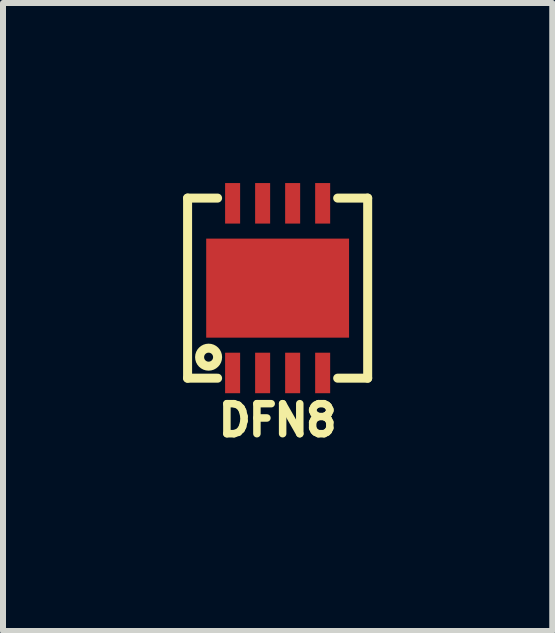
<source format=kicad_pcb>
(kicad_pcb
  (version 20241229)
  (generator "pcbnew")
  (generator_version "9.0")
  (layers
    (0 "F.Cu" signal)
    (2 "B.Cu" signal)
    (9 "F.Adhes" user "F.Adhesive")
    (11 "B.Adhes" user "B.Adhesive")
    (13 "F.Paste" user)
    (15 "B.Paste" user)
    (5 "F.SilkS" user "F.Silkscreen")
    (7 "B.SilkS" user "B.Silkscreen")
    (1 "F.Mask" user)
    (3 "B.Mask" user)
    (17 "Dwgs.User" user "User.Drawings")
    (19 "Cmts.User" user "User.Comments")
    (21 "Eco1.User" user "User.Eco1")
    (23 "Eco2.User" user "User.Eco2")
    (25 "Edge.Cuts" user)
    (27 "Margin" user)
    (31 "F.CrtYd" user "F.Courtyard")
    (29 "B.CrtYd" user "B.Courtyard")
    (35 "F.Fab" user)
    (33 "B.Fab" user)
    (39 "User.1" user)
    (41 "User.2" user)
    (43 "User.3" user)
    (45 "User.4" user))
  (footprint "DFN8"
    (placed yes)
    (layer "F.Cu")
    (at 1.575 1.75)
    (property "Reference" "DFN8" (at 0 2.2 0) (layer "F.SilkS") (effects (font (size 0.5 0.5) (thickness 0.125))))
    (attr through_hole)
    (fp_line (start -1.5 -1.5) (end -1 -1.5) (stroke (width 0.15) (type solid)) (layer "F.SilkS"))
    (fp_line (start -1.5 1.5) (end -1.5 -1.5) (stroke (width 0.15) (type solid)) (layer "F.SilkS"))
    (fp_line (start -1 1.5) (end -1.5 1.5) (stroke (width 0.15) (type solid)) (layer "F.SilkS"))
    (fp_line (start 1 -1.5) (end 1.5 -1.5) (stroke (width 0.15) (type solid)) (layer "F.SilkS"))
    (fp_line (start 1.5 -1.5) (end 1.5 1.5) (stroke (width 0.15) (type solid)) (layer "F.SilkS"))
    (fp_line (start 1.5 1.5) (end 1 1.5) (stroke (width 0.15) (type solid)) (layer "F.SilkS"))
    (fp_circle (center -1.15 1.15) (end -1 1.15) (stroke (width 0.15) (type solid)) (fill no) (layer "F.SilkS"))
    (pad "1" smd rect (at -0.75 1.413) (size 0.25 0.675) (layers "F.Cu" "F.Mask" "F.Paste"))
    (pad "2" smd rect (at -0.25 1.413) (size 0.25 0.675) (layers "F.Cu" "F.Mask" "F.Paste"))
    (pad "3" smd rect (at 0 0) (size 2.38 1.65) (layers "F.Cu" "F.Mask" "F.Paste"))
    (pad "3" smd rect (at 0.25 1.413) (size 0.25 0.675) (layers "F.Cu" "F.Mask" "F.Paste"))
    (pad "4" smd rect (at 0.75 1.413) (size 0.25 0.675) (layers "F.Cu" "F.Mask" "F.Paste"))
    (pad "5" smd rect (at 0.75 -1.413) (size 0.25 0.675) (layers "F.Cu" "F.Mask" "F.Paste"))
    (pad "6" smd rect (at 0.25 -1.413) (size 0.25 0.675) (layers "F.Cu" "F.Mask" "F.Paste"))
    (pad "7" smd rect (at -0.25 -1.413) (size 0.25 0.675) (layers "F.Cu" "F.Mask" "F.Paste"))
    (pad "8" smd rect (at -0.75 -1.413) (size 0.25 0.675) (layers "F.Cu" "F.Mask" "F.Paste")))
  (gr_rect
    (start -3 -3)
    (end 6.15 7.462)
    (stroke (width 0.1) (type default))
    (fill no)
    (layer "Edge.Cuts")))
</source>
